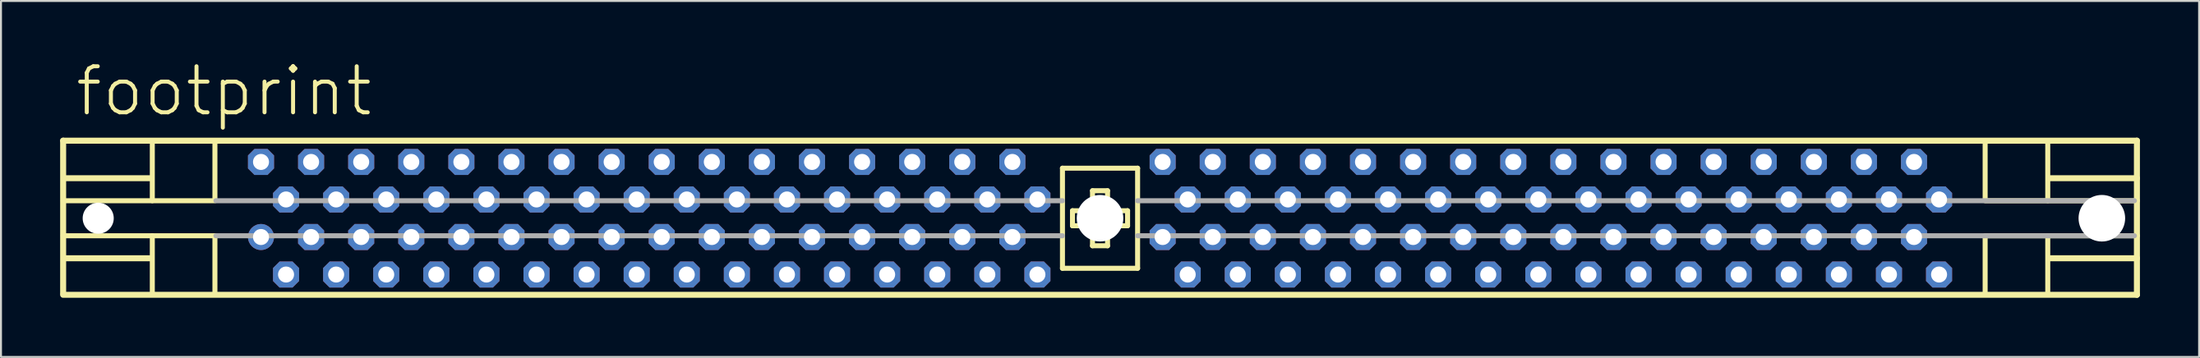
<source format=kicad_pcb>
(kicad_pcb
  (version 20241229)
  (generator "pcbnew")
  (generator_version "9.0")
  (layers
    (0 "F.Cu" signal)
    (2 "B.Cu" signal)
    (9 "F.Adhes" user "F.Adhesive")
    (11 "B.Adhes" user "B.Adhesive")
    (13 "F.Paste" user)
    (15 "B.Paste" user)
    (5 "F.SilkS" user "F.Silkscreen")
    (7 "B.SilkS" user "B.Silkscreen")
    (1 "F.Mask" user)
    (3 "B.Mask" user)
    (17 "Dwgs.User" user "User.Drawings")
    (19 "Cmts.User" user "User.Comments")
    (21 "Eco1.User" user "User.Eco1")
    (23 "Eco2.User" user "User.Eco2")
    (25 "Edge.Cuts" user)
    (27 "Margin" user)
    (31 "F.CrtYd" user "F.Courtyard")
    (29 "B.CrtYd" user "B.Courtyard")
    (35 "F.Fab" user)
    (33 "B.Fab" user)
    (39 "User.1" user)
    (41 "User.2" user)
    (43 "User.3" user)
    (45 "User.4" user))
  (footprint "footprint"
    (layer "F.Cu")
    (at 52.73 8.026)
    (property "Reference" "footprint" (at -52.07 -5.08 0) (layer "F.SilkS") (effects (font (size 2.337 2.337) (thickness 0.203)) (justify left bottom)))
    (fp_line (start -52.578 -3.937) (end -52.578 3.81) (stroke (width 0.305) (type solid)) (layer "F.SilkS"))
    (fp_line (start -52.578 -3.937) (end 52.578 -3.937) (stroke (width 0.305) (type solid)) (layer "F.SilkS"))
    (fp_line (start -52.578 -0.889) (end -44.958 -0.889) (stroke (width 0.254) (type solid)) (layer "F.SilkS"))
    (fp_line (start -52.578 0.889) (end -44.958 0.889) (stroke (width 0.254) (type solid)) (layer "F.SilkS"))
    (fp_line (start -52.451 -2.032) (end -48.133 -2.032) (stroke (width 0.305) (type solid)) (layer "F.SilkS"))
    (fp_line (start -52.451 2.032) (end -48.133 2.032) (stroke (width 0.305) (type solid)) (layer "F.SilkS"))
    (fp_line (start -48.057 -3.861) (end -48.057 -0.889) (stroke (width 0.254) (type solid)) (layer "F.SilkS"))
    (fp_line (start -48.057 0.889) (end -48.057 3.81) (stroke (width 0.254) (type solid)) (layer "F.SilkS"))
    (fp_line (start -44.882 -3.861) (end -44.882 -0.889) (stroke (width 0.254) (type solid)) (layer "F.SilkS"))
    (fp_line (start -44.882 0.889) (end -44.882 3.81) (stroke (width 0.254) (type solid)) (layer "F.SilkS"))
    (fp_line (start -1.905 -2.54) (end -1.905 2.54) (stroke (width 0.254) (type solid)) (layer "F.SilkS"))
    (fp_line (start -1.905 2.54) (end 1.905 2.54) (stroke (width 0.254) (type solid)) (layer "F.SilkS"))
    (fp_line (start -1.397 -0.381) (end -1.397 0.381) (stroke (width 0.254) (type solid)) (layer "F.SilkS"))
    (fp_line (start -1.397 0.381) (end -0.381 0.381) (stroke (width 0.254) (type solid)) (layer "F.SilkS"))
    (fp_line (start -0.381 -1.397) (end -0.381 -0.381) (stroke (width 0.254) (type solid)) (layer "F.SilkS"))
    (fp_line (start -0.381 -0.381) (end -1.397 -0.381) (stroke (width 0.254) (type solid)) (layer "F.SilkS"))
    (fp_line (start -0.381 0.381) (end -0.381 1.397) (stroke (width 0.254) (type solid)) (layer "F.SilkS"))
    (fp_line (start -0.381 1.397) (end 0.381 1.397) (stroke (width 0.254) (type solid)) (layer "F.SilkS"))
    (fp_line (start 0.381 -1.397) (end -0.381 -1.397) (stroke (width 0.254) (type solid)) (layer "F.SilkS"))
    (fp_line (start 0.381 -0.381) (end 0.381 -1.397) (stroke (width 0.254) (type solid)) (layer "F.SilkS"))
    (fp_line (start 0.381 0.381) (end 1.397 0.381) (stroke (width 0.254) (type solid)) (layer "F.SilkS"))
    (fp_line (start 0.381 1.397) (end 0.381 0.381) (stroke (width 0.254) (type solid)) (layer "F.SilkS"))
    (fp_line (start 1.397 -0.381) (end 0.381 -0.381) (stroke (width 0.254) (type solid)) (layer "F.SilkS"))
    (fp_line (start 1.397 0.381) (end 1.397 -0.381) (stroke (width 0.254) (type solid)) (layer "F.SilkS"))
    (fp_line (start 1.905 -2.54) (end -1.905 -2.54) (stroke (width 0.254) (type solid)) (layer "F.SilkS"))
    (fp_line (start 1.905 2.54) (end 1.905 -2.54) (stroke (width 0.254) (type solid)) (layer "F.SilkS"))
    (fp_line (start 44.882 -3.861) (end 44.882 -0.889) (stroke (width 0.254) (type solid)) (layer "F.SilkS"))
    (fp_line (start 44.882 0.889) (end 44.882 3.81) (stroke (width 0.254) (type solid)) (layer "F.SilkS"))
    (fp_line (start 48.057 -3.861) (end 48.057 -0.889) (stroke (width 0.254) (type solid)) (layer "F.SilkS"))
    (fp_line (start 48.057 0.889) (end 48.057 3.81) (stroke (width 0.254) (type solid)) (layer "F.SilkS"))
    (fp_line (start 52.578 -3.937) (end 52.578 -2.032) (stroke (width 0.305) (type solid)) (layer "F.SilkS"))
    (fp_line (start 52.578 -2.032) (end 48.133 -2.032) (stroke (width 0.305) (type solid)) (layer "F.SilkS"))
    (fp_line (start 52.578 -2.032) (end 52.578 -0.889) (stroke (width 0.305) (type solid)) (layer "F.SilkS"))
    (fp_line (start 52.578 -0.889) (end 44.958 -0.889) (stroke (width 0.254) (type solid)) (layer "F.SilkS"))
    (fp_line (start 52.578 -0.889) (end 52.578 0.889) (stroke (width 0.305) (type solid)) (layer "F.SilkS"))
    (fp_line (start 52.578 0.889) (end 44.958 0.889) (stroke (width 0.254) (type solid)) (layer "F.SilkS"))
    (fp_line (start 52.578 0.889) (end 52.578 2.032) (stroke (width 0.305) (type solid)) (layer "F.SilkS"))
    (fp_line (start 52.578 2.032) (end 48.133 2.032) (stroke (width 0.305) (type solid)) (layer "F.SilkS"))
    (fp_line (start 52.578 2.032) (end 52.578 3.886) (stroke (width 0.305) (type solid)) (layer "F.SilkS"))
    (fp_line (start 52.578 3.886) (end -52.578 3.886) (stroke (width 0.305) (type solid)) (layer "F.SilkS"))
    (fp_line (start -44.831 -0.889) (end -1.905 -0.889) (stroke (width 0.254) (type solid)) (layer "F.Fab"))
    (fp_line (start -44.831 0.889) (end -1.905 0.889) (stroke (width 0.254) (type solid)) (layer "F.Fab"))
    (fp_line (start 1.905 -0.889) (end 52.451 -0.889) (stroke (width 0.254) (type solid)) (layer "F.Fab"))
    (fp_line (start 1.905 0.889) (end 52.451 0.889) (stroke (width 0.254) (type solid)) (layer "F.Fab"))
    (pad "" np_thru_hole circle (at -50.8 0) (size 1.575 1.575) (drill 1.575) (layers "*.Cu" "*.Mask"))
    (pad "" np_thru_hole circle (at 0 0) (size 2.362 2.362) (drill 2.362) (layers "*.Cu" "*.Mask"))
    (pad "" np_thru_hole circle (at 50.8 0) (size 2.362 2.362) (drill 2.362) (layers "*.Cu" "*.Mask"))
    (pad "1" thru_hole circle (at -42.545 0.953) (size 1.321 1.321) (drill 0.813) (layers "*.Cu" "*.Mask"))
    (pad "2" thru_hole roundrect (at -41.275 2.857) (size 1.321 1.321) (drill 0.813) (layers "*.Cu" "*.Mask") (roundrect_rratio 0.25) (chamfer_ratio 0.25) (chamfer top_left top_right bottom_left bottom_right))
    (pad "3" thru_hole roundrect (at -40.005 0.953) (size 1.321 1.321) (drill 0.813) (layers "*.Cu" "*.Mask") (roundrect_rratio 0.25) (chamfer_ratio 0.25) (chamfer top_left top_right bottom_left bottom_right))
    (pad "4" thru_hole roundrect (at -38.735 2.857) (size 1.321 1.321) (drill 0.813) (layers "*.Cu" "*.Mask") (roundrect_rratio 0.25) (chamfer_ratio 0.25) (chamfer top_left top_right bottom_left bottom_right))
    (pad "5" thru_hole roundrect (at -37.465 0.953) (size 1.321 1.321) (drill 0.813) (layers "*.Cu" "*.Mask") (roundrect_rratio 0.25) (chamfer_ratio 0.25) (chamfer top_left top_right bottom_left bottom_right))
    (pad "6" thru_hole roundrect (at -36.195 2.857) (size 1.321 1.321) (drill 0.813) (layers "*.Cu" "*.Mask") (roundrect_rratio 0.25) (chamfer_ratio 0.25) (chamfer top_left top_right bottom_left bottom_right))
    (pad "7" thru_hole roundrect (at -34.925 0.953) (size 1.321 1.321) (drill 0.813) (layers "*.Cu" "*.Mask") (roundrect_rratio 0.25) (chamfer_ratio 0.25) (chamfer top_left top_right bottom_left bottom_right))
    (pad "8" thru_hole roundrect (at -33.655 2.857) (size 1.321 1.321) (drill 0.813) (layers "*.Cu" "*.Mask") (roundrect_rratio 0.25) (chamfer_ratio 0.25) (chamfer top_left top_right bottom_left bottom_right))
    (pad "9" thru_hole roundrect (at -32.385 0.953) (size 1.321 1.321) (drill 0.813) (layers "*.Cu" "*.Mask") (roundrect_rratio 0.25) (chamfer_ratio 0.25) (chamfer top_left top_right bottom_left bottom_right))
    (pad "10" thru_hole roundrect (at -31.115 2.857) (size 1.321 1.321) (drill 0.813) (layers "*.Cu" "*.Mask") (roundrect_rratio 0.25) (chamfer_ratio 0.25) (chamfer top_left top_right bottom_left bottom_right))
    (pad "11" thru_hole roundrect (at -29.845 0.953) (size 1.321 1.321) (drill 0.813) (layers "*.Cu" "*.Mask") (roundrect_rratio 0.25) (chamfer_ratio 0.25) (chamfer top_left top_right bottom_left bottom_right))
    (pad "12" thru_hole roundrect (at -28.575 2.857) (size 1.321 1.321) (drill 0.813) (layers "*.Cu" "*.Mask") (roundrect_rratio 0.25) (chamfer_ratio 0.25) (chamfer top_left top_right bottom_left bottom_right))
    (pad "13" thru_hole roundrect (at -27.305 0.953) (size 1.321 1.321) (drill 0.813) (layers "*.Cu" "*.Mask") (roundrect_rratio 0.25) (chamfer_ratio 0.25) (chamfer top_left top_right bottom_left bottom_right))
    (pad "14" thru_hole roundrect (at -26.035 2.857) (size 1.321 1.321) (drill 0.813) (layers "*.Cu" "*.Mask") (roundrect_rratio 0.25) (chamfer_ratio 0.25) (chamfer top_left top_right bottom_left bottom_right))
    (pad "15" thru_hole roundrect (at -24.765 0.953) (size 1.321 1.321) (drill 0.813) (layers "*.Cu" "*.Mask") (roundrect_rratio 0.25) (chamfer_ratio 0.25) (chamfer top_left top_right bottom_left bottom_right))
    (pad "16" thru_hole roundrect (at -23.495 2.857) (size 1.321 1.321) (drill 0.813) (layers "*.Cu" "*.Mask") (roundrect_rratio 0.25) (chamfer_ratio 0.25) (chamfer top_left top_right bottom_left bottom_right))
    (pad "17" thru_hole roundrect (at -22.225 0.953) (size 1.321 1.321) (drill 0.813) (layers "*.Cu" "*.Mask") (roundrect_rratio 0.25) (chamfer_ratio 0.25) (chamfer top_left top_right bottom_left bottom_right))
    (pad "18" thru_hole roundrect (at -20.955 2.857) (size 1.321 1.321) (drill 0.813) (layers "*.Cu" "*.Mask") (roundrect_rratio 0.25) (chamfer_ratio 0.25) (chamfer top_left top_right bottom_left bottom_right))
    (pad "19" thru_hole roundrect (at -19.685 0.953) (size 1.321 1.321) (drill 0.813) (layers "*.Cu" "*.Mask") (roundrect_rratio 0.25) (chamfer_ratio 0.25) (chamfer top_left top_right bottom_left bottom_right))
    (pad "20" thru_hole roundrect (at -18.415 2.857) (size 1.321 1.321) (drill 0.813) (layers "*.Cu" "*.Mask") (roundrect_rratio 0.25) (chamfer_ratio 0.25) (chamfer top_left top_right bottom_left bottom_right))
    (pad "21" thru_hole roundrect (at -17.145 0.953) (size 1.321 1.321) (drill 0.813) (layers "*.Cu" "*.Mask") (roundrect_rratio 0.25) (chamfer_ratio 0.25) (chamfer top_left top_right bottom_left bottom_right))
    (pad "22" thru_hole roundrect (at -15.875 2.857) (size 1.321 1.321) (drill 0.813) (layers "*.Cu" "*.Mask") (roundrect_rratio 0.25) (chamfer_ratio 0.25) (chamfer top_left top_right bottom_left bottom_right))
    (pad "23" thru_hole roundrect (at -14.605 0.953) (size 1.321 1.321) (drill 0.813) (layers "*.Cu" "*.Mask") (roundrect_rratio 0.25) (chamfer_ratio 0.25) (chamfer top_left top_right bottom_left bottom_right))
    (pad "24" thru_hole roundrect (at -13.335 2.857) (size 1.321 1.321) (drill 0.813) (layers "*.Cu" "*.Mask") (roundrect_rratio 0.25) (chamfer_ratio 0.25) (chamfer top_left top_right bottom_left bottom_right))
    (pad "25" thru_hole roundrect (at -12.065 0.953) (size 1.321 1.321) (drill 0.813) (layers "*.Cu" "*.Mask") (roundrect_rratio 0.25) (chamfer_ratio 0.25) (chamfer top_left top_right bottom_left bottom_right))
    (pad "26" thru_hole roundrect (at -10.795 2.857) (size 1.321 1.321) (drill 0.813) (layers "*.Cu" "*.Mask") (roundrect_rratio 0.25) (chamfer_ratio 0.25) (chamfer top_left top_right bottom_left bottom_right))
    (pad "27" thru_hole roundrect (at -9.525 0.953) (size 1.321 1.321) (drill 0.813) (layers "*.Cu" "*.Mask") (roundrect_rratio 0.25) (chamfer_ratio 0.25) (chamfer top_left top_right bottom_left bottom_right))
    (pad "28" thru_hole roundrect (at -8.255 2.857) (size 1.321 1.321) (drill 0.813) (layers "*.Cu" "*.Mask") (roundrect_rratio 0.25) (chamfer_ratio 0.25) (chamfer top_left top_right bottom_left bottom_right))
    (pad "29" thru_hole roundrect (at -6.985 0.953) (size 1.321 1.321) (drill 0.813) (layers "*.Cu" "*.Mask") (roundrect_rratio 0.25) (chamfer_ratio 0.25) (chamfer top_left top_right bottom_left bottom_right))
    (pad "30" thru_hole roundrect (at -5.715 2.857) (size 1.321 1.321) (drill 0.813) (layers "*.Cu" "*.Mask") (roundrect_rratio 0.25) (chamfer_ratio 0.25) (chamfer top_left top_right bottom_left bottom_right))
    (pad "31" thru_hole roundrect (at -4.445 0.953) (size 1.321 1.321) (drill 0.813) (layers "*.Cu" "*.Mask") (roundrect_rratio 0.25) (chamfer_ratio 0.25) (chamfer top_left top_right bottom_left bottom_right))
    (pad "32" thru_hole roundrect (at -3.175 2.857) (size 1.321 1.321) (drill 0.813) (layers "*.Cu" "*.Mask") (roundrect_rratio 0.25) (chamfer_ratio 0.25) (chamfer top_left top_right bottom_left bottom_right))
    (pad "33" thru_hole roundrect (at 3.175 0.953) (size 1.321 1.321) (drill 0.813) (layers "*.Cu" "*.Mask") (roundrect_rratio 0.25) (chamfer_ratio 0.25) (chamfer top_left top_right bottom_left bottom_right))
    (pad "34" thru_hole roundrect (at 4.445 2.857) (size 1.321 1.321) (drill 0.813) (layers "*.Cu" "*.Mask") (roundrect_rratio 0.25) (chamfer_ratio 0.25) (chamfer top_left top_right bottom_left bottom_right))
    (pad "35" thru_hole roundrect (at 5.715 0.953) (size 1.321 1.321) (drill 0.813) (layers "*.Cu" "*.Mask") (roundrect_rratio 0.25) (chamfer_ratio 0.25) (chamfer top_left top_right bottom_left bottom_right))
    (pad "36" thru_hole roundrect (at 6.985 2.857) (size 1.321 1.321) (drill 0.813) (layers "*.Cu" "*.Mask") (roundrect_rratio 0.25) (chamfer_ratio 0.25) (chamfer top_left top_right bottom_left bottom_right))
    (pad "37" thru_hole roundrect (at 8.255 0.953) (size 1.321 1.321) (drill 0.813) (layers "*.Cu" "*.Mask") (roundrect_rratio 0.25) (chamfer_ratio 0.25) (chamfer top_left top_right bottom_left bottom_right))
    (pad "38" thru_hole roundrect (at 9.525 2.857) (size 1.321 1.321) (drill 0.813) (layers "*.Cu" "*.Mask") (roundrect_rratio 0.25) (chamfer_ratio 0.25) (chamfer top_left top_right bottom_left bottom_right))
    (pad "39" thru_hole roundrect (at 10.795 0.953) (size 1.321 1.321) (drill 0.813) (layers "*.Cu" "*.Mask") (roundrect_rratio 0.25) (chamfer_ratio 0.25) (chamfer top_left top_right bottom_left bottom_right))
    (pad "40" thru_hole roundrect (at 12.065 2.857) (size 1.321 1.321) (drill 0.813) (layers "*.Cu" "*.Mask") (roundrect_rratio 0.25) (chamfer_ratio 0.25) (chamfer top_left top_right bottom_left bottom_right))
    (pad "41" thru_hole roundrect (at 13.335 0.953) (size 1.321 1.321) (drill 0.813) (layers "*.Cu" "*.Mask") (roundrect_rratio 0.25) (chamfer_ratio 0.25) (chamfer top_left top_right bottom_left bottom_right))
    (pad "42" thru_hole roundrect (at 14.605 2.857) (size 1.321 1.321) (drill 0.813) (layers "*.Cu" "*.Mask") (roundrect_rratio 0.25) (chamfer_ratio 0.25) (chamfer top_left top_right bottom_left bottom_right))
    (pad "43" thru_hole roundrect (at 15.875 0.953) (size 1.321 1.321) (drill 0.813) (layers "*.Cu" "*.Mask") (roundrect_rratio 0.25) (chamfer_ratio 0.25) (chamfer top_left top_right bottom_left bottom_right))
    (pad "44" thru_hole roundrect (at 17.145 2.857) (size 1.321 1.321) (drill 0.813) (layers "*.Cu" "*.Mask") (roundrect_rratio 0.25) (chamfer_ratio 0.25) (chamfer top_left top_right bottom_left bottom_right))
    (pad "45" thru_hole roundrect (at 18.415 0.953) (size 1.321 1.321) (drill 0.813) (layers "*.Cu" "*.Mask") (roundrect_rratio 0.25) (chamfer_ratio 0.25) (chamfer top_left top_right bottom_left bottom_right))
    (pad "46" thru_hole roundrect (at 19.685 2.857) (size 1.321 1.321) (drill 0.813) (layers "*.Cu" "*.Mask") (roundrect_rratio 0.25) (chamfer_ratio 0.25) (chamfer top_left top_right bottom_left bottom_right))
    (pad "47" thru_hole roundrect (at 20.955 0.953) (size 1.321 1.321) (drill 0.813) (layers "*.Cu" "*.Mask") (roundrect_rratio 0.25) (chamfer_ratio 0.25) (chamfer top_left top_right bottom_left bottom_right))
    (pad "48" thru_hole roundrect (at 22.225 2.857) (size 1.321 1.321) (drill 0.813) (layers "*.Cu" "*.Mask") (roundrect_rratio 0.25) (chamfer_ratio 0.25) (chamfer top_left top_right bottom_left bottom_right))
    (pad "49" thru_hole roundrect (at 23.495 0.953) (size 1.321 1.321) (drill 0.813) (layers "*.Cu" "*.Mask") (roundrect_rratio 0.25) (chamfer_ratio 0.25) (chamfer top_left top_right bottom_left bottom_right))
    (pad "50" thru_hole roundrect (at 24.765 2.857) (size 1.321 1.321) (drill 0.813) (layers "*.Cu" "*.Mask") (roundrect_rratio 0.25) (chamfer_ratio 0.25) (chamfer top_left top_right bottom_left bottom_right))
    (pad "51" thru_hole roundrect (at 26.035 0.953) (size 1.321 1.321) (drill 0.813) (layers "*.Cu" "*.Mask") (roundrect_rratio 0.25) (chamfer_ratio 0.25) (chamfer top_left top_right bottom_left bottom_right))
    (pad "52" thru_hole roundrect (at 27.305 2.857) (size 1.321 1.321) (drill 0.813) (layers "*.Cu" "*.Mask") (roundrect_rratio 0.25) (chamfer_ratio 0.25) (chamfer top_left top_right bottom_left bottom_right))
    (pad "53" thru_hole roundrect (at 28.575 0.953) (size 1.321 1.321) (drill 0.813) (layers "*.Cu" "*.Mask") (roundrect_rratio 0.25) (chamfer_ratio 0.25) (chamfer top_left top_right bottom_left bottom_right))
    (pad "54" thru_hole roundrect (at 29.845 2.857) (size 1.321 1.321) (drill 0.813) (layers "*.Cu" "*.Mask") (roundrect_rratio 0.25) (chamfer_ratio 0.25) (chamfer top_left top_right bottom_left bottom_right))
    (pad "55" thru_hole roundrect (at 31.115 0.953) (size 1.321 1.321) (drill 0.813) (layers "*.Cu" "*.Mask") (roundrect_rratio 0.25) (chamfer_ratio 0.25) (chamfer top_left top_right bottom_left bottom_right))
    (pad "56" thru_hole roundrect (at 32.385 2.857) (size 1.321 1.321) (drill 0.813) (layers "*.Cu" "*.Mask") (roundrect_rratio 0.25) (chamfer_ratio 0.25) (chamfer top_left top_right bottom_left bottom_right))
    (pad "57" thru_hole roundrect (at 33.655 0.953) (size 1.321 1.321) (drill 0.813) (layers "*.Cu" "*.Mask") (roundrect_rratio 0.25) (chamfer_ratio 0.25) (chamfer top_left top_right bottom_left bottom_right))
    (pad "58" thru_hole roundrect (at 34.925 2.857) (size 1.321 1.321) (drill 0.813) (layers "*.Cu" "*.Mask") (roundrect_rratio 0.25) (chamfer_ratio 0.25) (chamfer top_left top_right bottom_left bottom_right))
    (pad "59" thru_hole roundrect (at 36.195 0.953) (size 1.321 1.321) (drill 0.813) (layers "*.Cu" "*.Mask") (roundrect_rratio 0.25) (chamfer_ratio 0.25) (chamfer top_left top_right bottom_left bottom_right))
    (pad "60" thru_hole roundrect (at 37.465 2.857) (size 1.321 1.321) (drill 0.813) (layers "*.Cu" "*.Mask") (roundrect_rratio 0.25) (chamfer_ratio 0.25) (chamfer top_left top_right bottom_left bottom_right))
    (pad "61" thru_hole roundrect (at 38.735 0.953) (size 1.321 1.321) (drill 0.813) (layers "*.Cu" "*.Mask") (roundrect_rratio 0.25) (chamfer_ratio 0.25) (chamfer top_left top_right bottom_left bottom_right))
    (pad "62" thru_hole roundrect (at 40.005 2.857) (size 1.321 1.321) (drill 0.813) (layers "*.Cu" "*.Mask") (roundrect_rratio 0.25) (chamfer_ratio 0.25) (chamfer top_left top_right bottom_left bottom_right))
    (pad "63" thru_hole roundrect (at 41.275 0.953) (size 1.321 1.321) (drill 0.813) (layers "*.Cu" "*.Mask") (roundrect_rratio 0.25) (chamfer_ratio 0.25) (chamfer top_left top_right bottom_left bottom_right))
    (pad "64" thru_hole roundrect (at 42.545 2.857) (size 1.321 1.321) (drill 0.813) (layers "*.Cu" "*.Mask") (roundrect_rratio 0.25) (chamfer_ratio 0.25) (chamfer top_left top_right bottom_left bottom_right))
    (pad "65" thru_hole roundrect (at -42.545 -2.857) (size 1.321 1.321) (drill 0.813) (layers "*.Cu" "*.Mask") (roundrect_rratio 0.25) (chamfer_ratio 0.25) (chamfer top_left top_right bottom_left bottom_right))
    (pad "66" thru_hole roundrect (at -41.275 -0.953) (size 1.321 1.321) (drill 0.813) (layers "*.Cu" "*.Mask") (roundrect_rratio 0.25) (chamfer_ratio 0.25) (chamfer top_left top_right bottom_left bottom_right))
    (pad "67" thru_hole roundrect (at -40.005 -2.857) (size 1.321 1.321) (drill 0.813) (layers "*.Cu" "*.Mask") (roundrect_rratio 0.25) (chamfer_ratio 0.25) (chamfer top_left top_right bottom_left bottom_right))
    (pad "68" thru_hole roundrect (at -38.735 -0.953) (size 1.321 1.321) (drill 0.813) (layers "*.Cu" "*.Mask") (roundrect_rratio 0.25) (chamfer_ratio 0.25) (chamfer top_left top_right bottom_left bottom_right))
    (pad "69" thru_hole roundrect (at -37.465 -2.857) (size 1.321 1.321) (drill 0.813) (layers "*.Cu" "*.Mask") (roundrect_rratio 0.25) (chamfer_ratio 0.25) (chamfer top_left top_right bottom_left bottom_right))
    (pad "70" thru_hole roundrect (at -36.195 -0.953) (size 1.321 1.321) (drill 0.813) (layers "*.Cu" "*.Mask") (roundrect_rratio 0.25) (chamfer_ratio 0.25) (chamfer top_left top_right bottom_left bottom_right))
    (pad "71" thru_hole roundrect (at -34.925 -2.857) (size 1.321 1.321) (drill 0.813) (layers "*.Cu" "*.Mask") (roundrect_rratio 0.25) (chamfer_ratio 0.25) (chamfer top_left top_right bottom_left bottom_right))
    (pad "72" thru_hole roundrect (at -33.655 -0.953) (size 1.321 1.321) (drill 0.813) (layers "*.Cu" "*.Mask") (roundrect_rratio 0.25) (chamfer_ratio 0.25) (chamfer top_left top_right bottom_left bottom_right))
    (pad "73" thru_hole roundrect (at -32.385 -2.857) (size 1.321 1.321) (drill 0.813) (layers "*.Cu" "*.Mask") (roundrect_rratio 0.25) (chamfer_ratio 0.25) (chamfer top_left top_right bottom_left bottom_right))
    (pad "74" thru_hole roundrect (at -31.115 -0.953) (size 1.321 1.321) (drill 0.813) (layers "*.Cu" "*.Mask") (roundrect_rratio 0.25) (chamfer_ratio 0.25) (chamfer top_left top_right bottom_left bottom_right))
    (pad "75" thru_hole roundrect (at -29.845 -2.857) (size 1.321 1.321) (drill 0.813) (layers "*.Cu" "*.Mask") (roundrect_rratio 0.25) (chamfer_ratio 0.25) (chamfer top_left top_right bottom_left bottom_right))
    (pad "76" thru_hole roundrect (at -28.575 -0.953) (size 1.321 1.321) (drill 0.813) (layers "*.Cu" "*.Mask") (roundrect_rratio 0.25) (chamfer_ratio 0.25) (chamfer top_left top_right bottom_left bottom_right))
    (pad "77" thru_hole roundrect (at -27.305 -2.857) (size 1.321 1.321) (drill 0.813) (layers "*.Cu" "*.Mask") (roundrect_rratio 0.25) (chamfer_ratio 0.25) (chamfer top_left top_right bottom_left bottom_right))
    (pad "78" thru_hole roundrect (at -26.035 -0.953) (size 1.321 1.321) (drill 0.813) (layers "*.Cu" "*.Mask") (roundrect_rratio 0.25) (chamfer_ratio 0.25) (chamfer top_left top_right bottom_left bottom_right))
    (pad "79" thru_hole roundrect (at -24.765 -2.857) (size 1.321 1.321) (drill 0.813) (layers "*.Cu" "*.Mask") (roundrect_rratio 0.25) (chamfer_ratio 0.25) (chamfer top_left top_right bottom_left bottom_right))
    (pad "80" thru_hole roundrect (at -23.495 -0.953) (size 1.321 1.321) (drill 0.813) (layers "*.Cu" "*.Mask") (roundrect_rratio 0.25) (chamfer_ratio 0.25) (chamfer top_left top_right bottom_left bottom_right))
    (pad "81" thru_hole roundrect (at -22.225 -2.857) (size 1.321 1.321) (drill 0.813) (layers "*.Cu" "*.Mask") (roundrect_rratio 0.25) (chamfer_ratio 0.25) (chamfer top_left top_right bottom_left bottom_right))
    (pad "82" thru_hole roundrect (at -20.955 -0.953) (size 1.321 1.321) (drill 0.813) (layers "*.Cu" "*.Mask") (roundrect_rratio 0.25) (chamfer_ratio 0.25) (chamfer top_left top_right bottom_left bottom_right))
    (pad "83" thru_hole roundrect (at -19.685 -2.857) (size 1.321 1.321) (drill 0.813) (layers "*.Cu" "*.Mask") (roundrect_rratio 0.25) (chamfer_ratio 0.25) (chamfer top_left top_right bottom_left bottom_right))
    (pad "84" thru_hole roundrect (at -18.415 -0.953) (size 1.321 1.321) (drill 0.813) (layers "*.Cu" "*.Mask") (roundrect_rratio 0.25) (chamfer_ratio 0.25) (chamfer top_left top_right bottom_left bottom_right))
    (pad "85" thru_hole roundrect (at -17.145 -2.857) (size 1.321 1.321) (drill 0.813) (layers "*.Cu" "*.Mask") (roundrect_rratio 0.25) (chamfer_ratio 0.25) (chamfer top_left top_right bottom_left bottom_right))
    (pad "86" thru_hole roundrect (at -15.875 -0.953) (size 1.321 1.321) (drill 0.813) (layers "*.Cu" "*.Mask") (roundrect_rratio 0.25) (chamfer_ratio 0.25) (chamfer top_left top_right bottom_left bottom_right))
    (pad "87" thru_hole roundrect (at -14.605 -2.857) (size 1.321 1.321) (drill 0.813) (layers "*.Cu" "*.Mask") (roundrect_rratio 0.25) (chamfer_ratio 0.25) (chamfer top_left top_right bottom_left bottom_right))
    (pad "88" thru_hole roundrect (at -13.335 -0.953) (size 1.321 1.321) (drill 0.813) (layers "*.Cu" "*.Mask") (roundrect_rratio 0.25) (chamfer_ratio 0.25) (chamfer top_left top_right bottom_left bottom_right))
    (pad "89" thru_hole roundrect (at -12.065 -2.857) (size 1.321 1.321) (drill 0.813) (layers "*.Cu" "*.Mask") (roundrect_rratio 0.25) (chamfer_ratio 0.25) (chamfer top_left top_right bottom_left bottom_right))
    (pad "90" thru_hole roundrect (at -10.795 -0.953) (size 1.321 1.321) (drill 0.813) (layers "*.Cu" "*.Mask") (roundrect_rratio 0.25) (chamfer_ratio 0.25) (chamfer top_left top_right bottom_left bottom_right))
    (pad "91" thru_hole roundrect (at -9.525 -2.857) (size 1.321 1.321) (drill 0.813) (layers "*.Cu" "*.Mask") (roundrect_rratio 0.25) (chamfer_ratio 0.25) (chamfer top_left top_right bottom_left bottom_right))
    (pad "92" thru_hole roundrect (at -8.255 -0.953) (size 1.321 1.321) (drill 0.813) (layers "*.Cu" "*.Mask") (roundrect_rratio 0.25) (chamfer_ratio 0.25) (chamfer top_left top_right bottom_left bottom_right))
    (pad "93" thru_hole roundrect (at -6.985 -2.857) (size 1.321 1.321) (drill 0.813) (layers "*.Cu" "*.Mask") (roundrect_rratio 0.25) (chamfer_ratio 0.25) (chamfer top_left top_right bottom_left bottom_right))
    (pad "94" thru_hole roundrect (at -5.715 -0.953) (size 1.321 1.321) (drill 0.813) (layers "*.Cu" "*.Mask") (roundrect_rratio 0.25) (chamfer_ratio 0.25) (chamfer top_left top_right bottom_left bottom_right))
    (pad "95" thru_hole roundrect (at -4.445 -2.857) (size 1.321 1.321) (drill 0.813) (layers "*.Cu" "*.Mask") (roundrect_rratio 0.25) (chamfer_ratio 0.25) (chamfer top_left top_right bottom_left bottom_right))
    (pad "96" thru_hole roundrect (at -3.175 -0.953) (size 1.321 1.321) (drill 0.813) (layers "*.Cu" "*.Mask") (roundrect_rratio 0.25) (chamfer_ratio 0.25) (chamfer top_left top_right bottom_left bottom_right))
    (pad "97" thru_hole roundrect (at 3.175 -2.857) (size 1.321 1.321) (drill 0.813) (layers "*.Cu" "*.Mask") (roundrect_rratio 0.25) (chamfer_ratio 0.25) (chamfer top_left top_right bottom_left bottom_right))
    (pad "98" thru_hole roundrect (at 4.445 -0.953) (size 1.321 1.321) (drill 0.813) (layers "*.Cu" "*.Mask") (roundrect_rratio 0.25) (chamfer_ratio 0.25) (chamfer top_left top_right bottom_left bottom_right))
    (pad "99" thru_hole roundrect (at 5.715 -2.857) (size 1.321 1.321) (drill 0.813) (layers "*.Cu" "*.Mask") (roundrect_rratio 0.25) (chamfer_ratio 0.25) (chamfer top_left top_right bottom_left bottom_right))
    (pad "100" thru_hole roundrect (at 6.985 -0.953) (size 1.321 1.321) (drill 0.813) (layers "*.Cu" "*.Mask") (roundrect_rratio 0.25) (chamfer_ratio 0.25) (chamfer top_left top_right bottom_left bottom_right))
    (pad "101" thru_hole roundrect (at 8.255 -2.857) (size 1.321 1.321) (drill 0.813) (layers "*.Cu" "*.Mask") (roundrect_rratio 0.25) (chamfer_ratio 0.25) (chamfer top_left top_right bottom_left bottom_right))
    (pad "102" thru_hole roundrect (at 9.525 -0.953) (size 1.321 1.321) (drill 0.813) (layers "*.Cu" "*.Mask") (roundrect_rratio 0.25) (chamfer_ratio 0.25) (chamfer top_left top_right bottom_left bottom_right))
    (pad "103" thru_hole roundrect (at 10.795 -2.857) (size 1.321 1.321) (drill 0.813) (layers "*.Cu" "*.Mask") (roundrect_rratio 0.25) (chamfer_ratio 0.25) (chamfer top_left top_right bottom_left bottom_right))
    (pad "104" thru_hole roundrect (at 12.065 -0.953) (size 1.321 1.321) (drill 0.813) (layers "*.Cu" "*.Mask") (roundrect_rratio 0.25) (chamfer_ratio 0.25) (chamfer top_left top_right bottom_left bottom_right))
    (pad "105" thru_hole roundrect (at 13.335 -2.857) (size 1.321 1.321) (drill 0.813) (layers "*.Cu" "*.Mask") (roundrect_rratio 0.25) (chamfer_ratio 0.25) (chamfer top_left top_right bottom_left bottom_right))
    (pad "106" thru_hole roundrect (at 14.605 -0.953) (size 1.321 1.321) (drill 0.813) (layers "*.Cu" "*.Mask") (roundrect_rratio 0.25) (chamfer_ratio 0.25) (chamfer top_left top_right bottom_left bottom_right))
    (pad "107" thru_hole roundrect (at 15.875 -2.857) (size 1.321 1.321) (drill 0.813) (layers "*.Cu" "*.Mask") (roundrect_rratio 0.25) (chamfer_ratio 0.25) (chamfer top_left top_right bottom_left bottom_right))
    (pad "108" thru_hole roundrect (at 17.145 -0.953) (size 1.321 1.321) (drill 0.813) (layers "*.Cu" "*.Mask") (roundrect_rratio 0.25) (chamfer_ratio 0.25) (chamfer top_left top_right bottom_left bottom_right))
    (pad "109" thru_hole roundrect (at 18.415 -2.857) (size 1.321 1.321) (drill 0.813) (layers "*.Cu" "*.Mask") (roundrect_rratio 0.25) (chamfer_ratio 0.25) (chamfer top_left top_right bottom_left bottom_right))
    (pad "110" thru_hole roundrect (at 19.685 -0.953) (size 1.321 1.321) (drill 0.813) (layers "*.Cu" "*.Mask") (roundrect_rratio 0.25) (chamfer_ratio 0.25) (chamfer top_left top_right bottom_left bottom_right))
    (pad "111" thru_hole roundrect (at 20.955 -2.857) (size 1.321 1.321) (drill 0.813) (layers "*.Cu" "*.Mask") (roundrect_rratio 0.25) (chamfer_ratio 0.25) (chamfer top_left top_right bottom_left bottom_right))
    (pad "112" thru_hole roundrect (at 22.225 -0.953) (size 1.321 1.321) (drill 0.813) (layers "*.Cu" "*.Mask") (roundrect_rratio 0.25) (chamfer_ratio 0.25) (chamfer top_left top_right bottom_left bottom_right))
    (pad "113" thru_hole roundrect (at 23.495 -2.857) (size 1.321 1.321) (drill 0.813) (layers "*.Cu" "*.Mask") (roundrect_rratio 0.25) (chamfer_ratio 0.25) (chamfer top_left top_right bottom_left bottom_right))
    (pad "114" thru_hole roundrect (at 24.765 -0.953) (size 1.321 1.321) (drill 0.813) (layers "*.Cu" "*.Mask") (roundrect_rratio 0.25) (chamfer_ratio 0.25) (chamfer top_left top_right bottom_left bottom_right))
    (pad "115" thru_hole roundrect (at 26.035 -2.857) (size 1.321 1.321) (drill 0.813) (layers "*.Cu" "*.Mask") (roundrect_rratio 0.25) (chamfer_ratio 0.25) (chamfer top_left top_right bottom_left bottom_right))
    (pad "116" thru_hole roundrect (at 27.305 -0.953) (size 1.321 1.321) (drill 0.813) (layers "*.Cu" "*.Mask") (roundrect_rratio 0.25) (chamfer_ratio 0.25) (chamfer top_left top_right bottom_left bottom_right))
    (pad "117" thru_hole roundrect (at 28.575 -2.857) (size 1.321 1.321) (drill 0.813) (layers "*.Cu" "*.Mask") (roundrect_rratio 0.25) (chamfer_ratio 0.25) (chamfer top_left top_right bottom_left bottom_right))
    (pad "118" thru_hole roundrect (at 29.845 -0.953) (size 1.321 1.321) (drill 0.813) (layers "*.Cu" "*.Mask") (roundrect_rratio 0.25) (chamfer_ratio 0.25) (chamfer top_left top_right bottom_left bottom_right))
    (pad "119" thru_hole roundrect (at 31.115 -2.857) (size 1.321 1.321) (drill 0.813) (layers "*.Cu" "*.Mask") (roundrect_rratio 0.25) (chamfer_ratio 0.25) (chamfer top_left top_right bottom_left bottom_right))
    (pad "120" thru_hole roundrect (at 32.385 -0.953) (size 1.321 1.321) (drill 0.813) (layers "*.Cu" "*.Mask") (roundrect_rratio 0.25) (chamfer_ratio 0.25) (chamfer top_left top_right bottom_left bottom_right))
    (pad "121" thru_hole roundrect (at 33.655 -2.857) (size 1.321 1.321) (drill 0.813) (layers "*.Cu" "*.Mask") (roundrect_rratio 0.25) (chamfer_ratio 0.25) (chamfer top_left top_right bottom_left bottom_right))
    (pad "122" thru_hole roundrect (at 34.925 -0.953) (size 1.321 1.321) (drill 0.813) (layers "*.Cu" "*.Mask") (roundrect_rratio 0.25) (chamfer_ratio 0.25) (chamfer top_left top_right bottom_left bottom_right))
    (pad "123" thru_hole roundrect (at 36.195 -2.857) (size 1.321 1.321) (drill 0.813) (layers "*.Cu" "*.Mask") (roundrect_rratio 0.25) (chamfer_ratio 0.25) (chamfer top_left top_right bottom_left bottom_right))
    (pad "124" thru_hole roundrect (at 37.465 -0.953) (size 1.321 1.321) (drill 0.813) (layers "*.Cu" "*.Mask") (roundrect_rratio 0.25) (chamfer_ratio 0.25) (chamfer top_left top_right bottom_left bottom_right))
    (pad "125" thru_hole roundrect (at 38.735 -2.857) (size 1.321 1.321) (drill 0.813) (layers "*.Cu" "*.Mask") (roundrect_rratio 0.25) (chamfer_ratio 0.25) (chamfer top_left top_right bottom_left bottom_right))
    (pad "126" thru_hole roundrect (at 40.005 -0.953) (size 1.321 1.321) (drill 0.813) (layers "*.Cu" "*.Mask") (roundrect_rratio 0.25) (chamfer_ratio 0.25) (chamfer top_left top_right bottom_left bottom_right))
    (pad "127" thru_hole roundrect (at 41.275 -2.857) (size 1.321 1.321) (drill 0.813) (layers "*.Cu" "*.Mask") (roundrect_rratio 0.25) (chamfer_ratio 0.25) (chamfer top_left top_right bottom_left bottom_right))
    (pad "128" thru_hole roundrect (at 42.545 -0.953) (size 1.321 1.321) (drill 0.813) (layers "*.Cu" "*.Mask") (roundrect_rratio 0.25) (chamfer_ratio 0.25) (chamfer top_left top_right bottom_left bottom_right)))
  (gr_rect
    (start -3 -3)
    (end 108.461 15.065)
    (stroke (width 0.1) (type default))
    (fill no)
    (layer "Edge.Cuts")))
</source>
